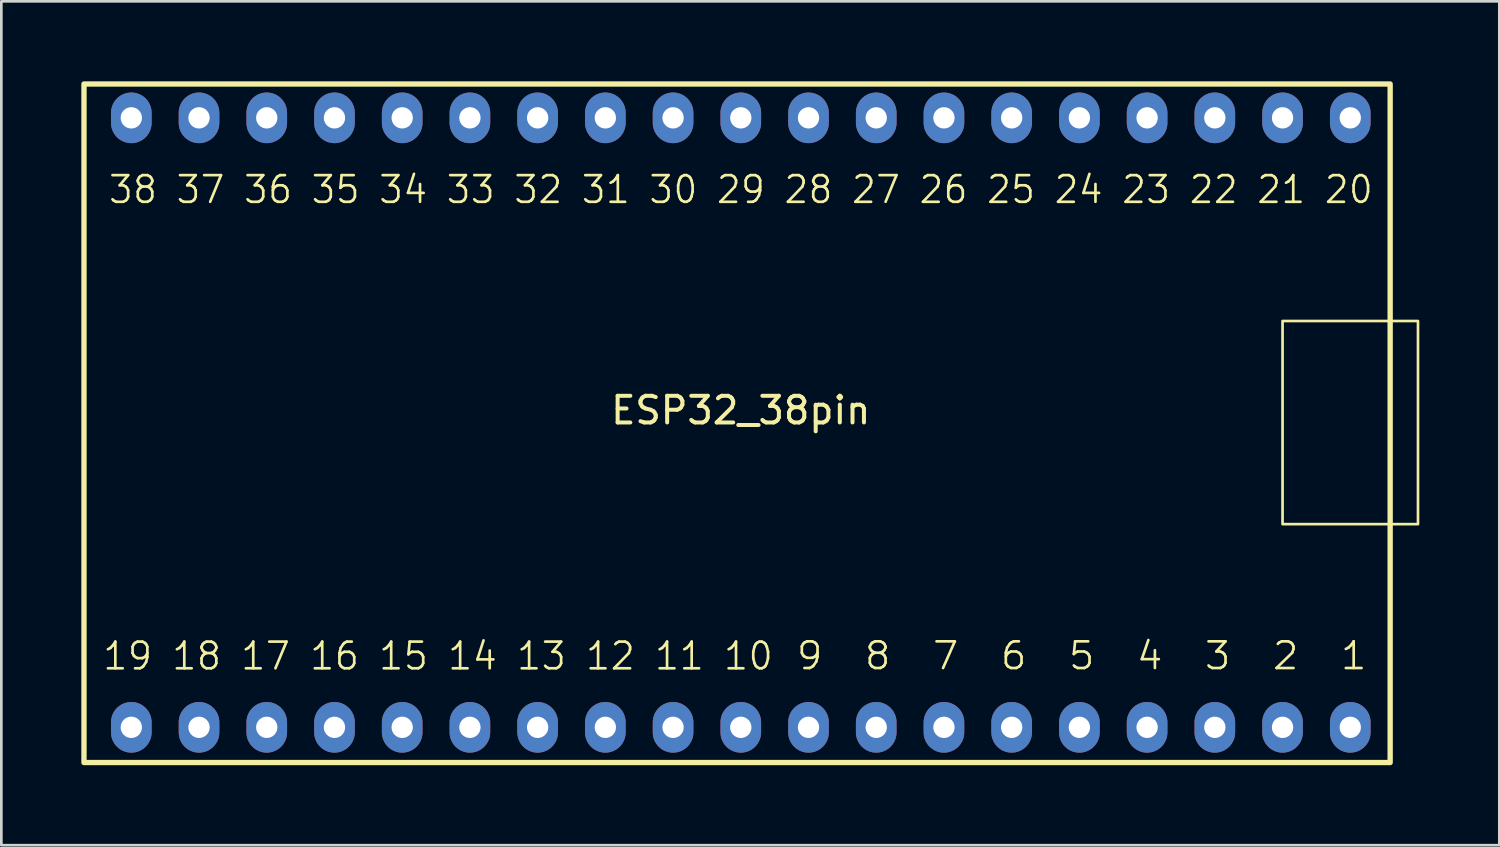
<source format=kicad_pcb>
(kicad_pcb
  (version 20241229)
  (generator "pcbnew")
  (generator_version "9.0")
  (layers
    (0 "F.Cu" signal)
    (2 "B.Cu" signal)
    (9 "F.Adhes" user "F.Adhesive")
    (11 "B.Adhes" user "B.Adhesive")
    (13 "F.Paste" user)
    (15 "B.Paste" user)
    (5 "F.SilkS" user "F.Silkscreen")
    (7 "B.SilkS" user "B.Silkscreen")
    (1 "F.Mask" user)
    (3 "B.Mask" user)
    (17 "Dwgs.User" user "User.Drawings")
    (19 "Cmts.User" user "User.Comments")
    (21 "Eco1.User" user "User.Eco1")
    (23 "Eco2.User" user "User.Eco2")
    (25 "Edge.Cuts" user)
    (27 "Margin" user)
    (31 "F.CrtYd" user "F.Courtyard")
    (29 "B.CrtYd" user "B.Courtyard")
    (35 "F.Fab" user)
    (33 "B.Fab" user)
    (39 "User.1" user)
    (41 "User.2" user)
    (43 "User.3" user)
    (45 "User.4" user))
  (footprint "ESP32_38pin"
    (layer "F.Cu")
    (at 24.735 12.8)
    (property "Reference" "ESP32_38pin" (at 0 -0.46 0) (unlocked yes) (layer "F.SilkS") (effects (font (size 1 1) (thickness 0.15))))
    (fp_rect (start -24.635 -12.7) (end 24.356 12.751) (stroke (width 0.2) (type default)) (fill no) (layer "F.SilkS"))
    (fp_rect (start 20.32 -3.81) (end 25.4 3.81) (stroke (width 0.1) (type default)) (fill no) (layer "F.SilkS"))
    (fp_text user "  9  8  7  6  5  4  3  2  1" (at 0.458 9.332 0) (unlocked yes) (layer "F.SilkS") (effects (font (size 1 1.03) (thickness 0.1)) (justify left bottom)))
    (fp_text user "38 37 36 35 34 33 32 31 30 29 28 27 26 25 24 23 22 21 20" (at -23.768 -8.154 0) (unlocked yes) (layer "F.SilkS") (effects (font (size 1 0.95) (thickness 0.1)) (justify left bottom)))
    (fp_text user "19 18 17 16 15 14 13 12 11 10" (at -23.987 9.343 0) (unlocked yes) (layer "F.SilkS") (effects (font (size 1 0.97) (thickness 0.1)) (justify left bottom)))
    (pad "1" thru_hole oval (at 22.86 11.43) (size 1.524 1.9) (drill 0.8) (layers "*.Cu" "*.Mask"))
    (pad "2" thru_hole oval (at 20.32 11.43) (size 1.524 1.9) (drill 0.8) (layers "*.Cu" "*.Mask"))
    (pad "3" thru_hole oval (at 17.78 11.43) (size 1.524 1.9) (drill 0.8) (layers "*.Cu" "*.Mask"))
    (pad "4" thru_hole oval (at 15.24 11.43) (size 1.524 1.9) (drill 0.8) (layers "*.Cu" "*.Mask"))
    (pad "5" thru_hole oval (at 12.7 11.43) (size 1.524 1.9) (drill 0.8) (layers "*.Cu" "*.Mask"))
    (pad "6" thru_hole oval (at 10.16 11.43) (size 1.524 1.9) (drill 0.8) (layers "*.Cu" "*.Mask"))
    (pad "7" thru_hole oval (at 7.62 11.43) (size 1.524 1.9) (drill 0.8) (layers "*.Cu" "*.Mask"))
    (pad "8" thru_hole oval (at 5.08 11.43) (size 1.524 1.9) (drill 0.8) (layers "*.Cu" "*.Mask"))
    (pad "9" thru_hole oval (at 2.54 11.43) (size 1.524 1.9) (drill 0.8) (layers "*.Cu" "*.Mask"))
    (pad "10" thru_hole oval (at 0 11.43) (size 1.524 1.9) (drill 0.8) (layers "*.Cu" "*.Mask"))
    (pad "11" thru_hole oval (at -2.54 11.43) (size 1.524 1.9) (drill 0.8) (layers "*.Cu" "*.Mask"))
    (pad "12" thru_hole oval (at -5.08 11.43) (size 1.524 1.9) (drill 0.8) (layers "*.Cu" "*.Mask"))
    (pad "13" thru_hole oval (at -7.62 11.43) (size 1.524 1.9) (drill 0.8) (layers "*.Cu" "*.Mask"))
    (pad "14" thru_hole oval (at -10.16 11.43) (size 1.524 1.9) (drill 0.8) (layers "*.Cu" "*.Mask"))
    (pad "15" thru_hole oval (at -12.7 11.43) (size 1.524 1.9) (drill 0.8) (layers "*.Cu" "*.Mask"))
    (pad "16" thru_hole oval (at -15.24 11.43) (size 1.524 1.9) (drill 0.8) (layers "*.Cu" "*.Mask"))
    (pad "17" thru_hole oval (at -17.78 11.43) (size 1.524 1.9) (drill 0.8) (layers "*.Cu" "*.Mask"))
    (pad "18" thru_hole oval (at -20.32 11.43) (size 1.524 1.9) (drill 0.8) (layers "*.Cu" "*.Mask"))
    (pad "19" thru_hole oval (at -22.86 11.43) (size 1.524 1.9) (drill 0.8) (layers "*.Cu" "*.Mask"))
    (pad "20" thru_hole oval (at 22.86 -11.43) (size 1.524 1.9) (drill 0.8) (layers "*.Cu" "*.Mask"))
    (pad "21" thru_hole oval (at 20.32 -11.43) (size 1.524 1.9) (drill 0.8) (layers "*.Cu" "*.Mask"))
    (pad "22" thru_hole oval (at 17.78 -11.43) (size 1.524 1.9) (drill 0.8) (layers "*.Cu" "*.Mask"))
    (pad "23" thru_hole oval (at 15.24 -11.43) (size 1.524 1.9) (drill 0.8) (layers "*.Cu" "*.Mask"))
    (pad "24" thru_hole oval (at 12.7 -11.43) (size 1.524 1.9) (drill 0.8) (layers "*.Cu" "*.Mask"))
    (pad "25" thru_hole oval (at 10.16 -11.43) (size 1.524 1.9) (drill 0.8) (layers "*.Cu" "*.Mask"))
    (pad "26" thru_hole oval (at 7.62 -11.43) (size 1.524 1.9) (drill 0.8) (layers "*.Cu" "*.Mask"))
    (pad "27" thru_hole oval (at 5.08 -11.43) (size 1.524 1.9) (drill 0.8) (layers "*.Cu" "*.Mask"))
    (pad "28" thru_hole oval (at 2.54 -11.43) (size 1.524 1.9) (drill 0.8) (layers "*.Cu" "*.Mask"))
    (pad "29" thru_hole oval (at 0 -11.43) (size 1.524 1.9) (drill 0.8) (layers "*.Cu" "*.Mask"))
    (pad "30" thru_hole oval (at -2.54 -11.43) (size 1.524 1.9) (drill 0.8) (layers "*.Cu" "*.Mask"))
    (pad "31" thru_hole oval (at -5.08 -11.43) (size 1.524 1.9) (drill 0.8) (layers "*.Cu" "*.Mask"))
    (pad "32" thru_hole oval (at -7.62 -11.43) (size 1.524 1.9) (drill 0.8) (layers "*.Cu" "*.Mask"))
    (pad "33" thru_hole oval (at -10.16 -11.43) (size 1.524 1.9) (drill 0.8) (layers "*.Cu" "*.Mask"))
    (pad "34" thru_hole oval (at -12.7 -11.43) (size 1.524 1.9) (drill 0.8) (layers "*.Cu" "*.Mask"))
    (pad "35" thru_hole oval (at -15.24 -11.43) (size 1.524 1.9) (drill 0.8) (layers "*.Cu" "*.Mask"))
    (pad "36" thru_hole oval (at -17.78 -11.43) (size 1.524 1.9) (drill 0.8) (layers "*.Cu" "*.Mask"))
    (pad "37" thru_hole oval (at -20.32 -11.43) (size 1.524 1.9) (drill 0.8) (layers "*.Cu" "*.Mask"))
    (pad "38" thru_hole oval (at -22.86 -11.43) (size 1.524 1.9) (drill 0.8) (layers "*.Cu" "*.Mask")))
  (gr_rect
    (start -3 -3)
    (end 53.185 28.651)
    (stroke (width 0.1) (type default))
    (fill no)
    (layer "Edge.Cuts")))
</source>
